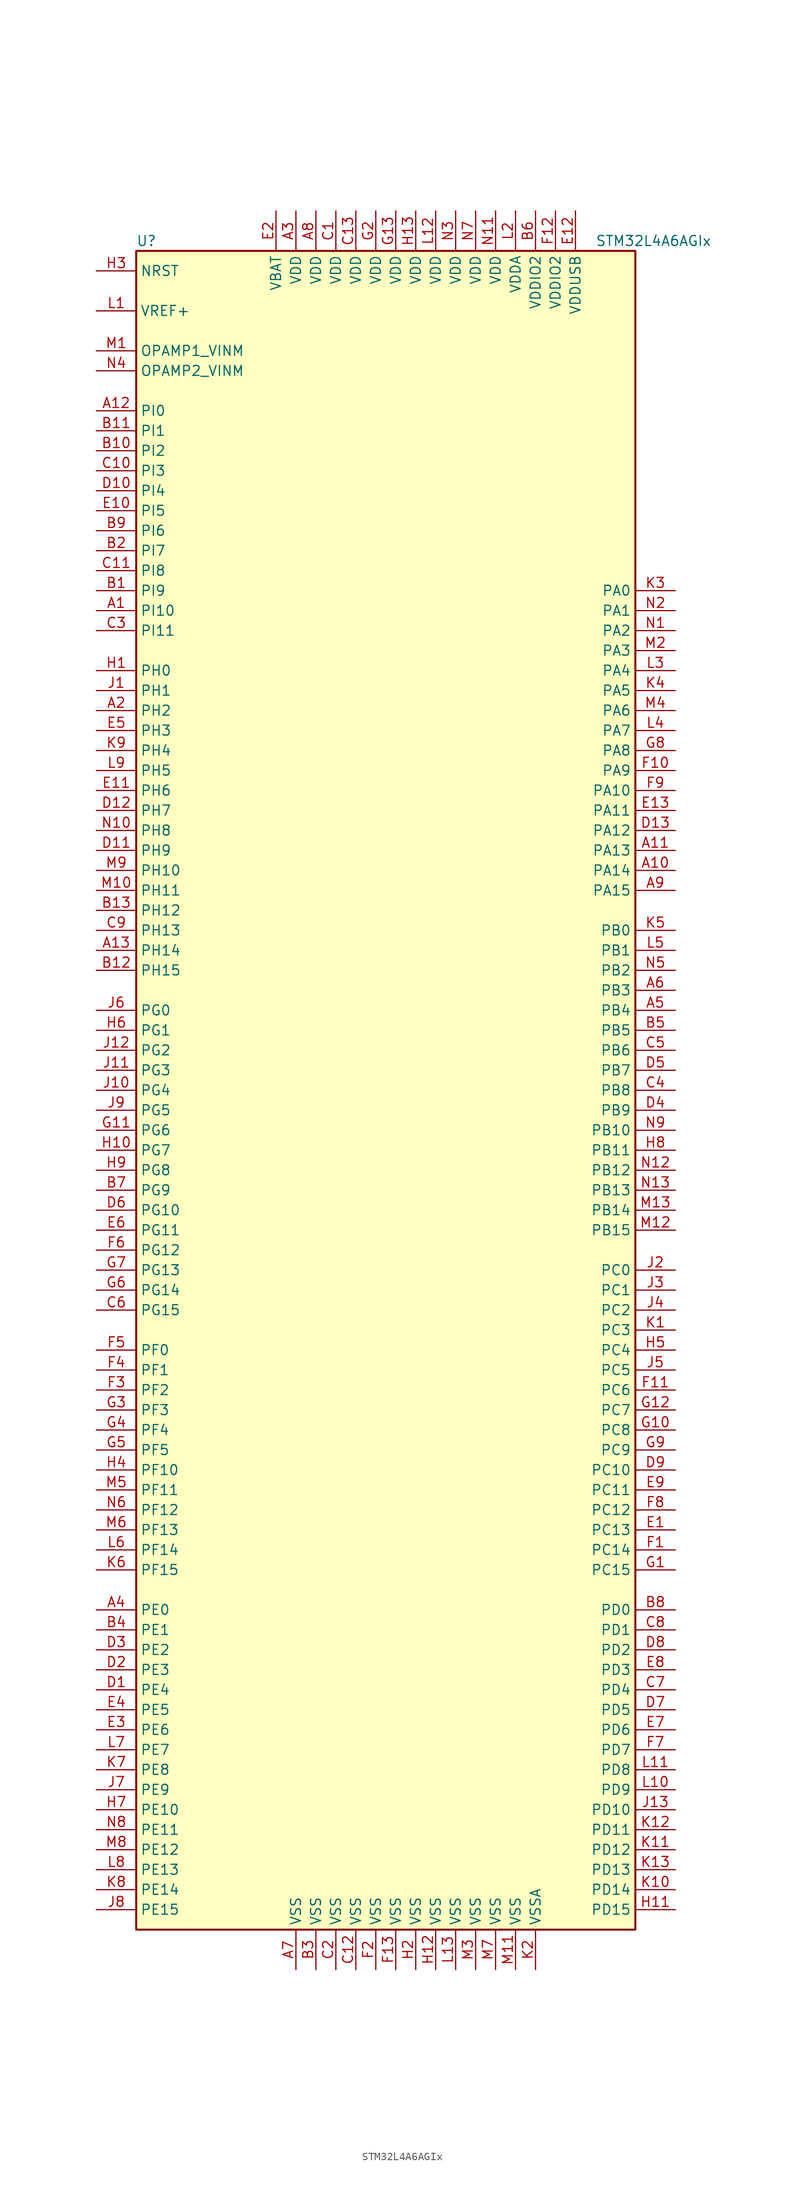
<source format=kicad_sym>
(kicad_symbol_lib
  (version 20201005)
  (generator kicad_symbol_editor)
  (symbol "STM32L4A6AGIx"
    (property "Reference" "U"
      (at -33.02 107.95 0)
      (effects (font (size 1.27 1.27)) (justify left)))
    (property "Value" "STM32L4A6AGIx"
      (at 25.4 107.95 0)
      (effects (font (size 1.27 1.27)) (justify left)))
    (symbol "STM32L4A6AGIx_0_1"
      (rectangle (start -33.02 -106.68) (end 30.48 106.68) (stroke (width 0.254)) (fill (type background))))
    (symbol "STM32L4A6AGIx_1_1"
      (pin input line (at -38.1 104.14 0) (length 5.08) (name "NRST" (effects (font (size 1.27 1.27)))) (number "H3" (effects (font (size 1.27 1.27)))))
      (pin bidirectional line (at -38.1 93.98 0) (length 5.08) (name "OPAMP1_VINM" (effects (font (size 1.27 1.27)))) (number "M1" (effects (font (size 1.27 1.27)))))
      (pin bidirectional line (at -38.1 91.44 0) (length 5.08) (name "OPAMP2_VINM" (effects (font (size 1.27 1.27)))) (number "N4" (effects (font (size 1.27 1.27)))))
      (pin bidirectional line (at 35.56 63.5 180) (length 5.08) (name "PA0" (effects (font (size 1.27 1.27)))) (number "K3" (effects (font (size 1.27 1.27)))))
      (pin bidirectional line (at 35.56 60.96 180) (length 5.08) (name "PA1" (effects (font (size 1.27 1.27)))) (number "N2" (effects (font (size 1.27 1.27)))))
      (pin bidirectional line (at 35.56 38.1 180) (length 5.08) (name "PA10" (effects (font (size 1.27 1.27)))) (number "F9" (effects (font (size 1.27 1.27)))))
      (pin bidirectional line (at 35.56 35.56 180) (length 5.08) (name "PA11" (effects (font (size 1.27 1.27)))) (number "E13" (effects (font (size 1.27 1.27)))))
      (pin bidirectional line (at 35.56 33.02 180) (length 5.08) (name "PA12" (effects (font (size 1.27 1.27)))) (number "D13" (effects (font (size 1.27 1.27)))))
      (pin bidirectional line (at 35.56 30.48 180) (length 5.08) (name "PA13" (effects (font (size 1.27 1.27)))) (number "A11" (effects (font (size 1.27 1.27)))))
      (pin bidirectional line (at 35.56 27.94 180) (length 5.08) (name "PA14" (effects (font (size 1.27 1.27)))) (number "A10" (effects (font (size 1.27 1.27)))))
      (pin bidirectional line (at 35.56 25.4 180) (length 5.08) (name "PA15" (effects (font (size 1.27 1.27)))) (number "A9" (effects (font (size 1.27 1.27)))))
      (pin bidirectional line (at 35.56 58.42 180) (length 5.08) (name "PA2" (effects (font (size 1.27 1.27)))) (number "N1" (effects (font (size 1.27 1.27)))))
      (pin bidirectional line (at 35.56 55.88 180) (length 5.08) (name "PA3" (effects (font (size 1.27 1.27)))) (number "M2" (effects (font (size 1.27 1.27)))))
      (pin bidirectional line (at 35.56 53.34 180) (length 5.08) (name "PA4" (effects (font (size 1.27 1.27)))) (number "L3" (effects (font (size 1.27 1.27)))))
      (pin bidirectional line (at 35.56 50.8 180) (length 5.08) (name "PA5" (effects (font (size 1.27 1.27)))) (number "K4" (effects (font (size 1.27 1.27)))))
      (pin bidirectional line (at 35.56 48.26 180) (length 5.08) (name "PA6" (effects (font (size 1.27 1.27)))) (number "M4" (effects (font (size 1.27 1.27)))))
      (pin bidirectional line (at 35.56 45.72 180) (length 5.08) (name "PA7" (effects (font (size 1.27 1.27)))) (number "L4" (effects (font (size 1.27 1.27)))))
      (pin bidirectional line (at 35.56 43.18 180) (length 5.08) (name "PA8" (effects (font (size 1.27 1.27)))) (number "G8" (effects (font (size 1.27 1.27)))))
      (pin bidirectional line (at 35.56 40.64 180) (length 5.08) (name "PA9" (effects (font (size 1.27 1.27)))) (number "F10" (effects (font (size 1.27 1.27)))))
      (pin bidirectional line (at 35.56 20.32 180) (length 5.08) (name "PB0" (effects (font (size 1.27 1.27)))) (number "K5" (effects (font (size 1.27 1.27)))))
      (pin bidirectional line (at 35.56 17.78 180) (length 5.08) (name "PB1" (effects (font (size 1.27 1.27)))) (number "L5" (effects (font (size 1.27 1.27)))))
      (pin bidirectional line (at 35.56 -5.08 180) (length 5.08) (name "PB10" (effects (font (size 1.27 1.27)))) (number "N9" (effects (font (size 1.27 1.27)))))
      (pin bidirectional line (at 35.56 -7.62 180) (length 5.08) (name "PB11" (effects (font (size 1.27 1.27)))) (number "H8" (effects (font (size 1.27 1.27)))))
      (pin bidirectional line (at 35.56 -10.16 180) (length 5.08) (name "PB12" (effects (font (size 1.27 1.27)))) (number "N12" (effects (font (size 1.27 1.27)))))
      (pin bidirectional line (at 35.56 -12.7 180) (length 5.08) (name "PB13" (effects (font (size 1.27 1.27)))) (number "N13" (effects (font (size 1.27 1.27)))))
      (pin bidirectional line (at 35.56 -15.24 180) (length 5.08) (name "PB14" (effects (font (size 1.27 1.27)))) (number "M13" (effects (font (size 1.27 1.27)))))
      (pin bidirectional line (at 35.56 -17.78 180) (length 5.08) (name "PB15" (effects (font (size 1.27 1.27)))) (number "M12" (effects (font (size 1.27 1.27)))))
      (pin bidirectional line (at 35.56 15.24 180) (length 5.08) (name "PB2" (effects (font (size 1.27 1.27)))) (number "N5" (effects (font (size 1.27 1.27)))))
      (pin bidirectional line (at 35.56 12.7 180) (length 5.08) (name "PB3" (effects (font (size 1.27 1.27)))) (number "A6" (effects (font (size 1.27 1.27)))))
      (pin bidirectional line (at 35.56 10.16 180) (length 5.08) (name "PB4" (effects (font (size 1.27 1.27)))) (number "A5" (effects (font (size 1.27 1.27)))))
      (pin bidirectional line (at 35.56 7.62 180) (length 5.08) (name "PB5" (effects (font (size 1.27 1.27)))) (number "B5" (effects (font (size 1.27 1.27)))))
      (pin bidirectional line (at 35.56 5.08 180) (length 5.08) (name "PB6" (effects (font (size 1.27 1.27)))) (number "C5" (effects (font (size 1.27 1.27)))))
      (pin bidirectional line (at 35.56 2.54 180) (length 5.08) (name "PB7" (effects (font (size 1.27 1.27)))) (number "D5" (effects (font (size 1.27 1.27)))))
      (pin bidirectional line (at 35.56 0 180) (length 5.08) (name "PB8" (effects (font (size 1.27 1.27)))) (number "C4" (effects (font (size 1.27 1.27)))))
      (pin bidirectional line (at 35.56 -2.54 180) (length 5.08) (name "PB9" (effects (font (size 1.27 1.27)))) (number "D4" (effects (font (size 1.27 1.27)))))
      (pin bidirectional line (at 35.56 -22.86 180) (length 5.08) (name "PC0" (effects (font (size 1.27 1.27)))) (number "J2" (effects (font (size 1.27 1.27)))))
      (pin bidirectional line (at 35.56 -25.4 180) (length 5.08) (name "PC1" (effects (font (size 1.27 1.27)))) (number "J3" (effects (font (size 1.27 1.27)))))
      (pin bidirectional line (at 35.56 -48.26 180) (length 5.08) (name "PC10" (effects (font (size 1.27 1.27)))) (number "D9" (effects (font (size 1.27 1.27)))))
      (pin bidirectional line (at 35.56 -50.8 180) (length 5.08) (name "PC11" (effects (font (size 1.27 1.27)))) (number "E9" (effects (font (size 1.27 1.27)))))
      (pin bidirectional line (at 35.56 -53.34 180) (length 5.08) (name "PC12" (effects (font (size 1.27 1.27)))) (number "F8" (effects (font (size 1.27 1.27)))))
      (pin bidirectional line (at 35.56 -55.88 180) (length 5.08) (name "PC13" (effects (font (size 1.27 1.27)))) (number "E1" (effects (font (size 1.27 1.27)))))
      (pin bidirectional line (at 35.56 -58.42 180) (length 5.08) (name "PC14" (effects (font (size 1.27 1.27)))) (number "F1" (effects (font (size 1.27 1.27)))))
      (pin bidirectional line (at 35.56 -60.96 180) (length 5.08) (name "PC15" (effects (font (size 1.27 1.27)))) (number "G1" (effects (font (size 1.27 1.27)))))
      (pin bidirectional line (at 35.56 -27.94 180) (length 5.08) (name "PC2" (effects (font (size 1.27 1.27)))) (number "J4" (effects (font (size 1.27 1.27)))))
      (pin bidirectional line (at 35.56 -30.48 180) (length 5.08) (name "PC3" (effects (font (size 1.27 1.27)))) (number "K1" (effects (font (size 1.27 1.27)))))
      (pin bidirectional line (at 35.56 -33.02 180) (length 5.08) (name "PC4" (effects (font (size 1.27 1.27)))) (number "H5" (effects (font (size 1.27 1.27)))))
      (pin bidirectional line (at 35.56 -35.56 180) (length 5.08) (name "PC5" (effects (font (size 1.27 1.27)))) (number "J5" (effects (font (size 1.27 1.27)))))
      (pin bidirectional line (at 35.56 -38.1 180) (length 5.08) (name "PC6" (effects (font (size 1.27 1.27)))) (number "F11" (effects (font (size 1.27 1.27)))))
      (pin bidirectional line (at 35.56 -40.64 180) (length 5.08) (name "PC7" (effects (font (size 1.27 1.27)))) (number "G12" (effects (font (size 1.27 1.27)))))
      (pin bidirectional line (at 35.56 -43.18 180) (length 5.08) (name "PC8" (effects (font (size 1.27 1.27)))) (number "G10" (effects (font (size 1.27 1.27)))))
      (pin bidirectional line (at 35.56 -45.72 180) (length 5.08) (name "PC9" (effects (font (size 1.27 1.27)))) (number "G9" (effects (font (size 1.27 1.27)))))
      (pin bidirectional line (at 35.56 -66.04 180) (length 5.08) (name "PD0" (effects (font (size 1.27 1.27)))) (number "B8" (effects (font (size 1.27 1.27)))))
      (pin bidirectional line (at 35.56 -68.58 180) (length 5.08) (name "PD1" (effects (font (size 1.27 1.27)))) (number "C8" (effects (font (size 1.27 1.27)))))
      (pin bidirectional line (at 35.56 -91.44 180) (length 5.08) (name "PD10" (effects (font (size 1.27 1.27)))) (number "J13" (effects (font (size 1.27 1.27)))))
      (pin bidirectional line (at 35.56 -93.98 180) (length 5.08) (name "PD11" (effects (font (size 1.27 1.27)))) (number "K12" (effects (font (size 1.27 1.27)))))
      (pin bidirectional line (at 35.56 -96.52 180) (length 5.08) (name "PD12" (effects (font (size 1.27 1.27)))) (number "K11" (effects (font (size 1.27 1.27)))))
      (pin bidirectional line (at 35.56 -99.06 180) (length 5.08) (name "PD13" (effects (font (size 1.27 1.27)))) (number "K13" (effects (font (size 1.27 1.27)))))
      (pin bidirectional line (at 35.56 -101.6 180) (length 5.08) (name "PD14" (effects (font (size 1.27 1.27)))) (number "K10" (effects (font (size 1.27 1.27)))))
      (pin bidirectional line (at 35.56 -104.14 180) (length 5.08) (name "PD15" (effects (font (size 1.27 1.27)))) (number "H11" (effects (font (size 1.27 1.27)))))
      (pin bidirectional line (at 35.56 -71.12 180) (length 5.08) (name "PD2" (effects (font (size 1.27 1.27)))) (number "D8" (effects (font (size 1.27 1.27)))))
      (pin bidirectional line (at 35.56 -73.66 180) (length 5.08) (name "PD3" (effects (font (size 1.27 1.27)))) (number "E8" (effects (font (size 1.27 1.27)))))
      (pin bidirectional line (at 35.56 -76.2 180) (length 5.08) (name "PD4" (effects (font (size 1.27 1.27)))) (number "C7" (effects (font (size 1.27 1.27)))))
      (pin bidirectional line (at 35.56 -78.74 180) (length 5.08) (name "PD5" (effects (font (size 1.27 1.27)))) (number "D7" (effects (font (size 1.27 1.27)))))
      (pin bidirectional line (at 35.56 -81.28 180) (length 5.08) (name "PD6" (effects (font (size 1.27 1.27)))) (number "E7" (effects (font (size 1.27 1.27)))))
      (pin bidirectional line (at 35.56 -83.82 180) (length 5.08) (name "PD7" (effects (font (size 1.27 1.27)))) (number "F7" (effects (font (size 1.27 1.27)))))
      (pin bidirectional line (at 35.56 -86.36 180) (length 5.08) (name "PD8" (effects (font (size 1.27 1.27)))) (number "L11" (effects (font (size 1.27 1.27)))))
      (pin bidirectional line (at 35.56 -88.9 180) (length 5.08) (name "PD9" (effects (font (size 1.27 1.27)))) (number "L10" (effects (font (size 1.27 1.27)))))
      (pin bidirectional line (at -38.1 -66.04 0) (length 5.08) (name "PE0" (effects (font (size 1.27 1.27)))) (number "A4" (effects (font (size 1.27 1.27)))))
      (pin bidirectional line (at -38.1 -68.58 0) (length 5.08) (name "PE1" (effects (font (size 1.27 1.27)))) (number "B4" (effects (font (size 1.27 1.27)))))
      (pin bidirectional line (at -38.1 -91.44 0) (length 5.08) (name "PE10" (effects (font (size 1.27 1.27)))) (number "H7" (effects (font (size 1.27 1.27)))))
      (pin bidirectional line (at -38.1 -93.98 0) (length 5.08) (name "PE11" (effects (font (size 1.27 1.27)))) (number "N8" (effects (font (size 1.27 1.27)))))
      (pin bidirectional line (at -38.1 -96.52 0) (length 5.08) (name "PE12" (effects (font (size 1.27 1.27)))) (number "M8" (effects (font (size 1.27 1.27)))))
      (pin bidirectional line (at -38.1 -99.06 0) (length 5.08) (name "PE13" (effects (font (size 1.27 1.27)))) (number "L8" (effects (font (size 1.27 1.27)))))
      (pin bidirectional line (at -38.1 -101.6 0) (length 5.08) (name "PE14" (effects (font (size 1.27 1.27)))) (number "K8" (effects (font (size 1.27 1.27)))))
      (pin bidirectional line (at -38.1 -104.14 0) (length 5.08) (name "PE15" (effects (font (size 1.27 1.27)))) (number "J8" (effects (font (size 1.27 1.27)))))
      (pin bidirectional line (at -38.1 -71.12 0) (length 5.08) (name "PE2" (effects (font (size 1.27 1.27)))) (number "D3" (effects (font (size 1.27 1.27)))))
      (pin bidirectional line (at -38.1 -73.66 0) (length 5.08) (name "PE3" (effects (font (size 1.27 1.27)))) (number "D2" (effects (font (size 1.27 1.27)))))
      (pin bidirectional line (at -38.1 -76.2 0) (length 5.08) (name "PE4" (effects (font (size 1.27 1.27)))) (number "D1" (effects (font (size 1.27 1.27)))))
      (pin bidirectional line (at -38.1 -78.74 0) (length 5.08) (name "PE5" (effects (font (size 1.27 1.27)))) (number "E4" (effects (font (size 1.27 1.27)))))
      (pin bidirectional line (at -38.1 -81.28 0) (length 5.08) (name "PE6" (effects (font (size 1.27 1.27)))) (number "E3" (effects (font (size 1.27 1.27)))))
      (pin bidirectional line (at -38.1 -83.82 0) (length 5.08) (name "PE7" (effects (font (size 1.27 1.27)))) (number "L7" (effects (font (size 1.27 1.27)))))
      (pin bidirectional line (at -38.1 -86.36 0) (length 5.08) (name "PE8" (effects (font (size 1.27 1.27)))) (number "K7" (effects (font (size 1.27 1.27)))))
      (pin bidirectional line (at -38.1 -88.9 0) (length 5.08) (name "PE9" (effects (font (size 1.27 1.27)))) (number "J7" (effects (font (size 1.27 1.27)))))
      (pin bidirectional line (at -38.1 -33.02 0) (length 5.08) (name "PF0" (effects (font (size 1.27 1.27)))) (number "F5" (effects (font (size 1.27 1.27)))))
      (pin bidirectional line (at -38.1 -35.56 0) (length 5.08) (name "PF1" (effects (font (size 1.27 1.27)))) (number "F4" (effects (font (size 1.27 1.27)))))
      (pin bidirectional line (at -38.1 -48.26 0) (length 5.08) (name "PF10" (effects (font (size 1.27 1.27)))) (number "H4" (effects (font (size 1.27 1.27)))))
      (pin bidirectional line (at -38.1 -50.8 0) (length 5.08) (name "PF11" (effects (font (size 1.27 1.27)))) (number "M5" (effects (font (size 1.27 1.27)))))
      (pin bidirectional line (at -38.1 -53.34 0) (length 5.08) (name "PF12" (effects (font (size 1.27 1.27)))) (number "N6" (effects (font (size 1.27 1.27)))))
      (pin bidirectional line (at -38.1 -55.88 0) (length 5.08) (name "PF13" (effects (font (size 1.27 1.27)))) (number "M6" (effects (font (size 1.27 1.27)))))
      (pin bidirectional line (at -38.1 -58.42 0) (length 5.08) (name "PF14" (effects (font (size 1.27 1.27)))) (number "L6" (effects (font (size 1.27 1.27)))))
      (pin bidirectional line (at -38.1 -60.96 0) (length 5.08) (name "PF15" (effects (font (size 1.27 1.27)))) (number "K6" (effects (font (size 1.27 1.27)))))
      (pin bidirectional line (at -38.1 -38.1 0) (length 5.08) (name "PF2" (effects (font (size 1.27 1.27)))) (number "F3" (effects (font (size 1.27 1.27)))))
      (pin bidirectional line (at -38.1 -40.64 0) (length 5.08) (name "PF3" (effects (font (size 1.27 1.27)))) (number "G3" (effects (font (size 1.27 1.27)))))
      (pin bidirectional line (at -38.1 -43.18 0) (length 5.08) (name "PF4" (effects (font (size 1.27 1.27)))) (number "G4" (effects (font (size 1.27 1.27)))))
      (pin bidirectional line (at -38.1 -45.72 0) (length 5.08) (name "PF5" (effects (font (size 1.27 1.27)))) (number "G5" (effects (font (size 1.27 1.27)))))
      (pin bidirectional line (at -38.1 10.16 0) (length 5.08) (name "PG0" (effects (font (size 1.27 1.27)))) (number "J6" (effects (font (size 1.27 1.27)))))
      (pin bidirectional line (at -38.1 7.62 0) (length 5.08) (name "PG1" (effects (font (size 1.27 1.27)))) (number "H6" (effects (font (size 1.27 1.27)))))
      (pin bidirectional line (at -38.1 -15.24 0) (length 5.08) (name "PG10" (effects (font (size 1.27 1.27)))) (number "D6" (effects (font (size 1.27 1.27)))))
      (pin bidirectional line (at -38.1 -17.78 0) (length 5.08) (name "PG11" (effects (font (size 1.27 1.27)))) (number "E6" (effects (font (size 1.27 1.27)))))
      (pin bidirectional line (at -38.1 -20.32 0) (length 5.08) (name "PG12" (effects (font (size 1.27 1.27)))) (number "F6" (effects (font (size 1.27 1.27)))))
      (pin bidirectional line (at -38.1 -22.86 0) (length 5.08) (name "PG13" (effects (font (size 1.27 1.27)))) (number "G7" (effects (font (size 1.27 1.27)))))
      (pin bidirectional line (at -38.1 -25.4 0) (length 5.08) (name "PG14" (effects (font (size 1.27 1.27)))) (number "G6" (effects (font (size 1.27 1.27)))))
      (pin bidirectional line (at -38.1 -27.94 0) (length 5.08) (name "PG15" (effects (font (size 1.27 1.27)))) (number "C6" (effects (font (size 1.27 1.27)))))
      (pin bidirectional line (at -38.1 5.08 0) (length 5.08) (name "PG2" (effects (font (size 1.27 1.27)))) (number "J12" (effects (font (size 1.27 1.27)))))
      (pin bidirectional line (at -38.1 2.54 0) (length 5.08) (name "PG3" (effects (font (size 1.27 1.27)))) (number "J11" (effects (font (size 1.27 1.27)))))
      (pin bidirectional line (at -38.1 0 0) (length 5.08) (name "PG4" (effects (font (size 1.27 1.27)))) (number "J10" (effects (font (size 1.27 1.27)))))
      (pin bidirectional line (at -38.1 -2.54 0) (length 5.08) (name "PG5" (effects (font (size 1.27 1.27)))) (number "J9" (effects (font (size 1.27 1.27)))))
      (pin bidirectional line (at -38.1 -5.08 0) (length 5.08) (name "PG6" (effects (font (size 1.27 1.27)))) (number "G11" (effects (font (size 1.27 1.27)))))
      (pin bidirectional line (at -38.1 -7.62 0) (length 5.08) (name "PG7" (effects (font (size 1.27 1.27)))) (number "H10" (effects (font (size 1.27 1.27)))))
      (pin bidirectional line (at -38.1 -10.16 0) (length 5.08) (name "PG8" (effects (font (size 1.27 1.27)))) (number "H9" (effects (font (size 1.27 1.27)))))
      (pin bidirectional line (at -38.1 -12.7 0) (length 5.08) (name "PG9" (effects (font (size 1.27 1.27)))) (number "B7" (effects (font (size 1.27 1.27)))))
      (pin input line (at -38.1 53.34 0) (length 5.08) (name "PH0" (effects (font (size 1.27 1.27)))) (number "H1" (effects (font (size 1.27 1.27)))))
      (pin input line (at -38.1 50.8 0) (length 5.08) (name "PH1" (effects (font (size 1.27 1.27)))) (number "J1" (effects (font (size 1.27 1.27)))))
      (pin bidirectional line (at -38.1 27.94 0) (length 5.08) (name "PH10" (effects (font (size 1.27 1.27)))) (number "M9" (effects (font (size 1.27 1.27)))))
      (pin bidirectional line (at -38.1 25.4 0) (length 5.08) (name "PH11" (effects (font (size 1.27 1.27)))) (number "M10" (effects (font (size 1.27 1.27)))))
      (pin bidirectional line (at -38.1 22.86 0) (length 5.08) (name "PH12" (effects (font (size 1.27 1.27)))) (number "B13" (effects (font (size 1.27 1.27)))))
      (pin bidirectional line (at -38.1 20.32 0) (length 5.08) (name "PH13" (effects (font (size 1.27 1.27)))) (number "C9" (effects (font (size 1.27 1.27)))))
      (pin bidirectional line (at -38.1 17.78 0) (length 5.08) (name "PH14" (effects (font (size 1.27 1.27)))) (number "A13" (effects (font (size 1.27 1.27)))))
      (pin bidirectional line (at -38.1 15.24 0) (length 5.08) (name "PH15" (effects (font (size 1.27 1.27)))) (number "B12" (effects (font (size 1.27 1.27)))))
      (pin bidirectional line (at -38.1 48.26 0) (length 5.08) (name "PH2" (effects (font (size 1.27 1.27)))) (number "A2" (effects (font (size 1.27 1.27)))))
      (pin bidirectional line (at -38.1 45.72 0) (length 5.08) (name "PH3" (effects (font (size 1.27 1.27)))) (number "E5" (effects (font (size 1.27 1.27)))))
      (pin bidirectional line (at -38.1 43.18 0) (length 5.08) (name "PH4" (effects (font (size 1.27 1.27)))) (number "K9" (effects (font (size 1.27 1.27)))))
      (pin bidirectional line (at -38.1 40.64 0) (length 5.08) (name "PH5" (effects (font (size 1.27 1.27)))) (number "L9" (effects (font (size 1.27 1.27)))))
      (pin bidirectional line (at -38.1 38.1 0) (length 5.08) (name "PH6" (effects (font (size 1.27 1.27)))) (number "E11" (effects (font (size 1.27 1.27)))))
      (pin bidirectional line (at -38.1 35.56 0) (length 5.08) (name "PH7" (effects (font (size 1.27 1.27)))) (number "D12" (effects (font (size 1.27 1.27)))))
      (pin bidirectional line (at -38.1 33.02 0) (length 5.08) (name "PH8" (effects (font (size 1.27 1.27)))) (number "N10" (effects (font (size 1.27 1.27)))))
      (pin bidirectional line (at -38.1 30.48 0) (length 5.08) (name "PH9" (effects (font (size 1.27 1.27)))) (number "D11" (effects (font (size 1.27 1.27)))))
      (pin bidirectional line (at -38.1 86.36 0) (length 5.08) (name "PI0" (effects (font (size 1.27 1.27)))) (number "A12" (effects (font (size 1.27 1.27)))))
      (pin bidirectional line (at -38.1 83.82 0) (length 5.08) (name "PI1" (effects (font (size 1.27 1.27)))) (number "B11" (effects (font (size 1.27 1.27)))))
      (pin bidirectional line (at -38.1 60.96 0) (length 5.08) (name "PI10" (effects (font (size 1.27 1.27)))) (number "A1" (effects (font (size 1.27 1.27)))))
      (pin bidirectional line (at -38.1 58.42 0) (length 5.08) (name "PI11" (effects (font (size 1.27 1.27)))) (number "C3" (effects (font (size 1.27 1.27)))))
      (pin bidirectional line (at -38.1 81.28 0) (length 5.08) (name "PI2" (effects (font (size 1.27 1.27)))) (number "B10" (effects (font (size 1.27 1.27)))))
      (pin bidirectional line (at -38.1 78.74 0) (length 5.08) (name "PI3" (effects (font (size 1.27 1.27)))) (number "C10" (effects (font (size 1.27 1.27)))))
      (pin bidirectional line (at -38.1 76.2 0) (length 5.08) (name "PI4" (effects (font (size 1.27 1.27)))) (number "D10" (effects (font (size 1.27 1.27)))))
      (pin bidirectional line (at -38.1 73.66 0) (length 5.08) (name "PI5" (effects (font (size 1.27 1.27)))) (number "E10" (effects (font (size 1.27 1.27)))))
      (pin bidirectional line (at -38.1 71.12 0) (length 5.08) (name "PI6" (effects (font (size 1.27 1.27)))) (number "B9" (effects (font (size 1.27 1.27)))))
      (pin bidirectional line (at -38.1 68.58 0) (length 5.08) (name "PI7" (effects (font (size 1.27 1.27)))) (number "B2" (effects (font (size 1.27 1.27)))))
      (pin bidirectional line (at -38.1 66.04 0) (length 5.08) (name "PI8" (effects (font (size 1.27 1.27)))) (number "C11" (effects (font (size 1.27 1.27)))))
      (pin bidirectional line (at -38.1 63.5 0) (length 5.08) (name "PI9" (effects (font (size 1.27 1.27)))) (number "B1" (effects (font (size 1.27 1.27)))))
      (pin power_in line (at -15.24 111.76 270) (length 5.08) (name "VBAT" (effects (font (size 1.27 1.27)))) (number "E2" (effects (font (size 1.27 1.27)))))
      (pin power_in line (at -12.7 111.76 270) (length 5.08) (name "VDD" (effects (font (size 1.27 1.27)))) (number "A3" (effects (font (size 1.27 1.27)))))
      (pin power_in line (at -10.16 111.76 270) (length 5.08) (name "VDD" (effects (font (size 1.27 1.27)))) (number "A8" (effects (font (size 1.27 1.27)))))
      (pin power_in line (at -7.62 111.76 270) (length 5.08) (name "VDD" (effects (font (size 1.27 1.27)))) (number "C1" (effects (font (size 1.27 1.27)))))
      (pin power_in line (at -5.08 111.76 270) (length 5.08) (name "VDD" (effects (font (size 1.27 1.27)))) (number "C13" (effects (font (size 1.27 1.27)))))
      (pin power_in line (at 0 111.76 270) (length 5.08) (name "VDD" (effects (font (size 1.27 1.27)))) (number "G13" (effects (font (size 1.27 1.27)))))
      (pin power_in line (at -2.54 111.76 270) (length 5.08) (name "VDD" (effects (font (size 1.27 1.27)))) (number "G2" (effects (font (size 1.27 1.27)))))
      (pin power_in line (at 2.54 111.76 270) (length 5.08) (name "VDD" (effects (font (size 1.27 1.27)))) (number "H13" (effects (font (size 1.27 1.27)))))
      (pin power_in line (at 5.08 111.76 270) (length 5.08) (name "VDD" (effects (font (size 1.27 1.27)))) (number "L12" (effects (font (size 1.27 1.27)))))
      (pin power_in line (at 12.7 111.76 270) (length 5.08) (name "VDD" (effects (font (size 1.27 1.27)))) (number "N11" (effects (font (size 1.27 1.27)))))
      (pin power_in line (at 7.62 111.76 270) (length 5.08) (name "VDD" (effects (font (size 1.27 1.27)))) (number "N3" (effects (font (size 1.27 1.27)))))
      (pin power_in line (at 10.16 111.76 270) (length 5.08) (name "VDD" (effects (font (size 1.27 1.27)))) (number "N7" (effects (font (size 1.27 1.27)))))
      (pin power_in line (at 15.24 111.76 270) (length 5.08) (name "VDDA" (effects (font (size 1.27 1.27)))) (number "L2" (effects (font (size 1.27 1.27)))))
      (pin power_in line (at 17.78 111.76 270) (length 5.08) (name "VDDIO2" (effects (font (size 1.27 1.27)))) (number "B6" (effects (font (size 1.27 1.27)))))
      (pin power_in line (at 20.32 111.76 270) (length 5.08) (name "VDDIO2" (effects (font (size 1.27 1.27)))) (number "F12" (effects (font (size 1.27 1.27)))))
      (pin power_in line (at 22.86 111.76 270) (length 5.08) (name "VDDUSB" (effects (font (size 1.27 1.27)))) (number "E12" (effects (font (size 1.27 1.27)))))
      (pin bidirectional line (at -38.1 99.06 0) (length 5.08) (name "VREF+" (effects (font (size 1.27 1.27)))) (number "L1" (effects (font (size 1.27 1.27)))))
      (pin power_in line (at -12.7 -111.76 90) (length 5.08) (name "VSS" (effects (font (size 1.27 1.27)))) (number "A7" (effects (font (size 1.27 1.27)))))
      (pin power_in line (at -10.16 -111.76 90) (length 5.08) (name "VSS" (effects (font (size 1.27 1.27)))) (number "B3" (effects (font (size 1.27 1.27)))))
      (pin power_in line (at -5.08 -111.76 90) (length 5.08) (name "VSS" (effects (font (size 1.27 1.27)))) (number "C12" (effects (font (size 1.27 1.27)))))
      (pin power_in line (at -7.62 -111.76 90) (length 5.08) (name "VSS" (effects (font (size 1.27 1.27)))) (number "C2" (effects (font (size 1.27 1.27)))))
      (pin power_in line (at 0 -111.76 90) (length 5.08) (name "VSS" (effects (font (size 1.27 1.27)))) (number "F13" (effects (font (size 1.27 1.27)))))
      (pin power_in line (at -2.54 -111.76 90) (length 5.08) (name "VSS" (effects (font (size 1.27 1.27)))) (number "F2" (effects (font (size 1.27 1.27)))))
      (pin power_in line (at 5.08 -111.76 90) (length 5.08) (name "VSS" (effects (font (size 1.27 1.27)))) (number "H12" (effects (font (size 1.27 1.27)))))
      (pin power_in line (at 2.54 -111.76 90) (length 5.08) (name "VSS" (effects (font (size 1.27 1.27)))) (number "H2" (effects (font (size 1.27 1.27)))))
      (pin power_in line (at 7.62 -111.76 90) (length 5.08) (name "VSS" (effects (font (size 1.27 1.27)))) (number "L13" (effects (font (size 1.27 1.27)))))
      (pin power_in line (at 15.24 -111.76 90) (length 5.08) (name "VSS" (effects (font (size 1.27 1.27)))) (number "M11" (effects (font (size 1.27 1.27)))))
      (pin power_in line (at 10.16 -111.76 90) (length 5.08) (name "VSS" (effects (font (size 1.27 1.27)))) (number "M3" (effects (font (size 1.27 1.27)))))
      (pin power_in line (at 12.7 -111.76 90) (length 5.08) (name "VSS" (effects (font (size 1.27 1.27)))) (number "M7" (effects (font (size 1.27 1.27)))))
      (pin power_in line (at 17.78 -111.76 90) (length 5.08) (name "VSSA" (effects (font (size 1.27 1.27)))) (number "K2" (effects (font (size 1.27 1.27))))))))
</source>
